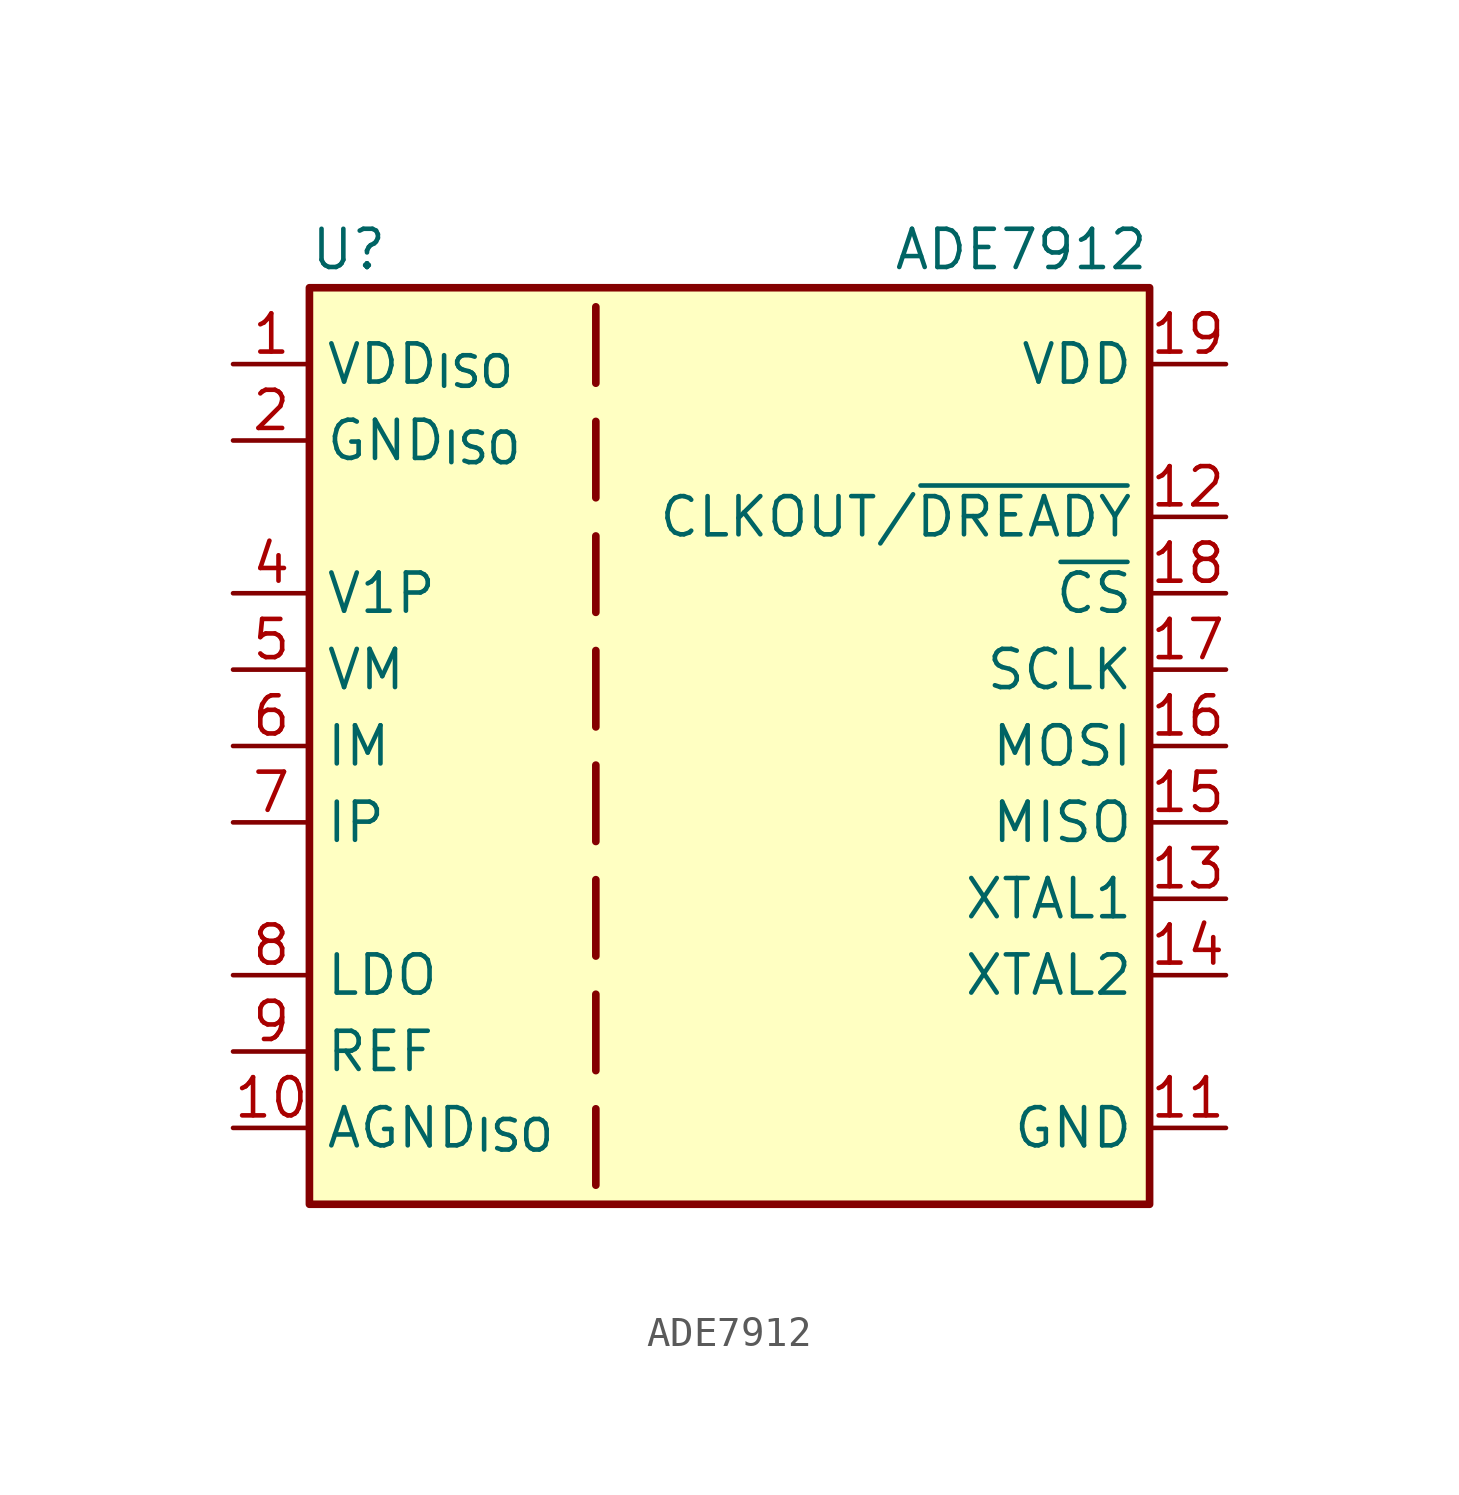
<source format=kicad_sym>
(kicad_symbol_lib
  (version 20220914)
  (generator kicad_db_lib)
  (symbol "ADE7912"
    (property "Reference" "U"
      (at -13.97 16.51 0)
      (effects (font (size 1.27 1.27)) (justify left)))
    (property "Value" "ADE7912"
      (at 13.97 16.51 0)
      (effects (font (size 1.27 1.27)) (justify right)))
    (symbol "ADE7912_0_1"
      (polyline (pts (xy -4.445 -12.065) (xy -4.445 -14.605)) (stroke (width 0.254) (type default)) (fill (type none)))
      (polyline (pts (xy -4.445 -8.255) (xy -4.445 -10.795)) (stroke (width 0.254) (type default)) (fill (type none)))
      (polyline (pts (xy -4.445 -4.445) (xy -4.445 -6.985)) (stroke (width 0.254) (type default)) (fill (type none)))
      (polyline (pts (xy -4.445 -0.635) (xy -4.445 -3.175)) (stroke (width 0.254) (type default)) (fill (type none)))
      (polyline (pts (xy -4.445 3.175) (xy -4.445 0.635)) (stroke (width 0.254) (type default)) (fill (type none)))
      (polyline (pts (xy -4.445 6.985) (xy -4.445 4.445)) (stroke (width 0.254) (type default)) (fill (type none)))
      (polyline (pts (xy -4.445 10.795) (xy -4.445 8.255)) (stroke (width 0.254) (type default)) (fill (type none)))
      (polyline (pts (xy -4.445 14.605) (xy -4.445 12.065)) (stroke (width 0.254) (type default)) (fill (type none))))
    (symbol "ADE7912_1_1"
      (rectangle (start -13.97 15.24) (end 13.97 -15.24) (stroke (width 0.254) (type default)) (fill (type background)))
      (pin power_in line (at -16.51 12.7 0) (length 2.54) (name "VDD_{ISO}" (effects (font (size 1.27 1.27)))) (number "1" (effects (font (size 1.27 1.27)))))
      (pin power_in line (at -16.51 -12.7 0) (length 2.54) (name "AGND_{ISO}" (effects (font (size 1.27 1.27)))) (number "10" (effects (font (size 1.27 1.27)))))
      (pin power_in line (at 16.51 -12.7 180) (length 2.54) (name "GND" (effects (font (size 1.27 1.27)))) (number "11" (effects (font (size 1.27 1.27)))))
      (pin output line (at 16.51 7.62 180) (length 2.54) (name "CLKOUT/~{DREADY}" (effects (font (size 1.27 1.27)))) (number "12" (effects (font (size 1.27 1.27)))) (alternate "CLKOUT" output line) (alternate "~{DREADY}" output line))
      (pin input line (at 16.51 -5.08 180) (length 2.54) (name "XTAL1" (effects (font (size 1.27 1.27)))) (number "13" (effects (font (size 1.27 1.27)))))
      (pin input line (at 16.51 -7.62 180) (length 2.54) (name "XTAL2" (effects (font (size 1.27 1.27)))) (number "14" (effects (font (size 1.27 1.27)))))
      (pin output line (at 16.51 -2.54 180) (length 2.54) (name "MISO" (effects (font (size 1.27 1.27)))) (number "15" (effects (font (size 1.27 1.27)))))
      (pin input line (at 16.51 0 180) (length 2.54) (name "MOSI" (effects (font (size 1.27 1.27)))) (number "16" (effects (font (size 1.27 1.27)))))
      (pin input line (at 16.51 2.54 180) (length 2.54) (name "SCLK" (effects (font (size 1.27 1.27)))) (number "17" (effects (font (size 1.27 1.27)))))
      (pin input line (at 16.51 5.08 180) (length 2.54) (name "~{CS}" (effects (font (size 1.27 1.27)))) (number "18" (effects (font (size 1.27 1.27)))))
      (pin power_in line (at 16.51 12.7 180) (length 2.54) (name "VDD" (effects (font (size 1.27 1.27)))) (number "19" (effects (font (size 1.27 1.27)))))
      (pin power_in line (at -16.51 10.16 0) (length 2.54) (name "GND_{ISO}" (effects (font (size 1.27 1.27)))) (number "2" (effects (font (size 1.27 1.27)))))
      (pin power_in line (at 16.51 -12.7 180) (length 2.54) hide (name "GND" (effects (font (size 1.27 1.27)))) (number "20" (effects (font (size 1.27 1.27)))))
      (pin input line (at -16.51 2.54 0) (length 2.54) hide (name "V2P" (effects (font (size 1.27 1.27)))) (number "3" (effects (font (size 1.27 1.27)))))
      (pin input line (at -16.51 5.08 0) (length 2.54) (name "V1P" (effects (font (size 1.27 1.27)))) (number "4" (effects (font (size 1.27 1.27)))))
      (pin input line (at -16.51 2.54 0) (length 2.54) (name "VM" (effects (font (size 1.27 1.27)))) (number "5" (effects (font (size 1.27 1.27)))))
      (pin input line (at -16.51 0 0) (length 2.54) (name "IM" (effects (font (size 1.27 1.27)))) (number "6" (effects (font (size 1.27 1.27)))))
      (pin input line (at -16.51 -2.54 0) (length 2.54) (name "IP" (effects (font (size 1.27 1.27)))) (number "7" (effects (font (size 1.27 1.27)))))
      (pin power_out line (at -16.51 -7.62 0) (length 2.54) (name "LDO" (effects (font (size 1.27 1.27)))) (number "8" (effects (font (size 1.27 1.27)))))
      (pin power_out line (at -16.51 -10.16 0) (length 2.54) (name "REF" (effects (font (size 1.27 1.27)))) (number "9" (effects (font (size 1.27 1.27))))))))
</source>
